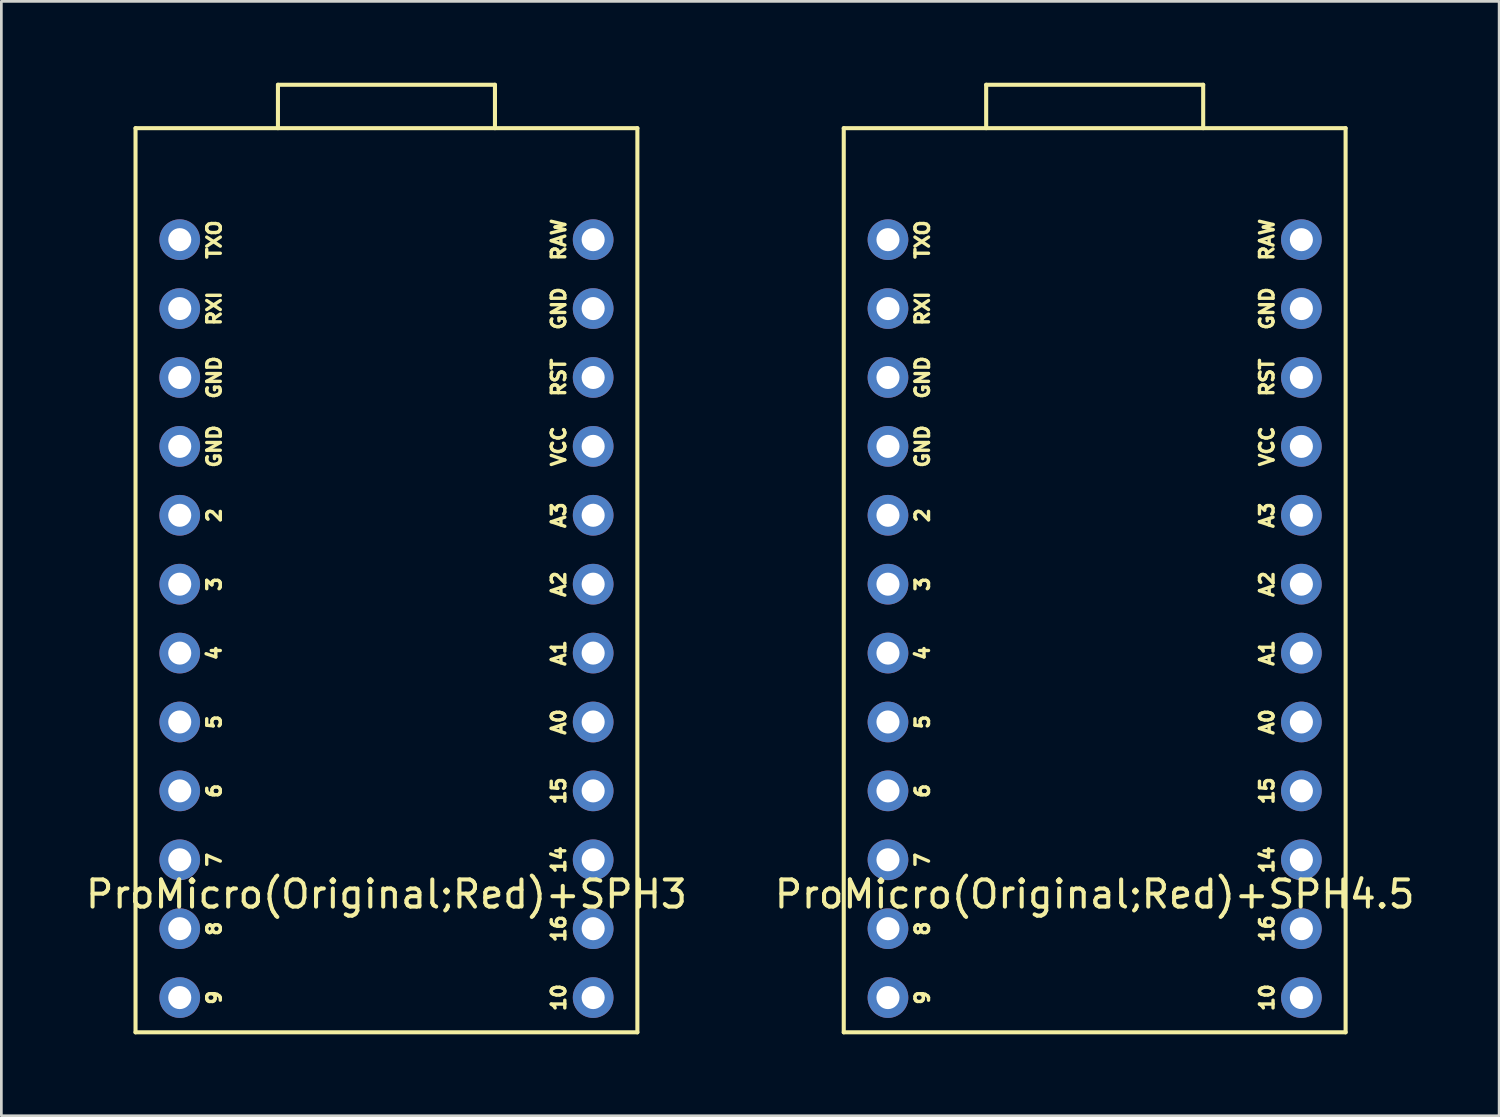
<source format=kicad_pcb>
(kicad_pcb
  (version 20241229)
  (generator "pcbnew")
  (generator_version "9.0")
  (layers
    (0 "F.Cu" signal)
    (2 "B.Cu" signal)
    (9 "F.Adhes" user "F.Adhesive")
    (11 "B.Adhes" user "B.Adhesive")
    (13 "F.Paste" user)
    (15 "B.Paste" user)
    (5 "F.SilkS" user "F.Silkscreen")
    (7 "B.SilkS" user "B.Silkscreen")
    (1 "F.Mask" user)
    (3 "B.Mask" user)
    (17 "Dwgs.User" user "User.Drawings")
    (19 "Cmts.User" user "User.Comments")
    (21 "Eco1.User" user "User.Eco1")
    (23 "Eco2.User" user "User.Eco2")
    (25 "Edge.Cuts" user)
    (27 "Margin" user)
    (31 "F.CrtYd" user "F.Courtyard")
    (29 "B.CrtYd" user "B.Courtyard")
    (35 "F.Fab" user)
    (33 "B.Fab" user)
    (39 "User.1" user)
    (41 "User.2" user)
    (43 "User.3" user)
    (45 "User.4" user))
  (footprint "ProMicro(Original;Red)+SPH4.5"
    (layer "F.Cu")
    (at 29.684 5.785)
    (property "Reference" "ProMicro(Original;Red)+SPH4.5" (at 7.62 24.13 0) (layer "F.SilkS") (effects (font (size 1 1) (thickness 0.15))))
    (attr through_hole)
    (fp_line (start -1.63 -4.11) (end -1.63 29.22) (stroke (width 0.15) (type solid)) (layer "F.SilkS"))
    (fp_line (start -1.63 29.22) (end 16.87 29.22) (stroke (width 0.15) (type solid)) (layer "F.SilkS"))
    (fp_line (start 3.62 -5.71) (end 11.62 -5.71) (stroke (width 0.15) (type solid)) (layer "F.SilkS"))
    (fp_line (start 3.62 -4.11) (end 3.62 -5.71) (stroke (width 0.15) (type solid)) (layer "F.SilkS"))
    (fp_line (start 11.62 -5.71) (end 11.62 -4.11) (stroke (width 0.15) (type solid)) (layer "F.SilkS"))
    (fp_line (start 16.87 -4.11) (end -1.63 -4.11) (stroke (width 0.15) (type solid)) (layer "F.SilkS"))
    (fp_line (start 16.87 29.22) (end 16.87 -4.11) (stroke (width 0.15) (type solid)) (layer "F.SilkS"))
    (fp_text user "A1" (at 13.97 15.24 90) (layer "F.SilkS") (effects (font (size 0.5 0.5) (thickness 0.125))))
    (fp_text user "A3" (at 13.97 10.16 90) (layer "F.SilkS") (effects (font (size 0.5 0.5) (thickness 0.125))))
    (fp_text user "2" (at 1.27 10.16 90) (layer "F.SilkS") (effects (font (size 0.5 0.5) (thickness 0.125))))
    (fp_text user "A0" (at 13.97 17.78 90) (layer "F.SilkS") (effects (font (size 0.5 0.5) (thickness 0.125))))
    (fp_text user "10" (at 13.97 27.94 90) (layer "F.SilkS") (effects (font (size 0.5 0.5) (thickness 0.125))))
    (fp_text user "15" (at 13.97 20.32 90) (layer "F.SilkS") (effects (font (size 0.5 0.5) (thickness 0.125))))
    (fp_text user "A2" (at 13.97 12.7 90) (layer "F.SilkS") (effects (font (size 0.5 0.5) (thickness 0.125))))
    (fp_text user "GND" (at 13.97 2.54 90) (layer "F.SilkS") (effects (font (size 0.5 0.5) (thickness 0.125))))
    (fp_text user "GND" (at 1.27 5.08 90) (layer "F.SilkS") (effects (font (size 0.5 0.5) (thickness 0.125))))
    (fp_text user "8" (at 1.27 25.4 90) (layer "F.SilkS") (effects (font (size 0.5 0.5) (thickness 0.125))))
    (fp_text user "5" (at 1.27 17.78 90) (layer "F.SilkS") (effects (font (size 0.5 0.5) (thickness 0.125))))
    (fp_text user "VCC" (at 13.97 7.62 90) (layer "F.SilkS") (effects (font (size 0.5 0.5) (thickness 0.125))))
    (fp_text user "16" (at 13.97 25.4 90) (layer "F.SilkS") (effects (font (size 0.5 0.5) (thickness 0.125))))
    (fp_text user "GND" (at 1.27 7.62 90) (layer "F.SilkS") (effects (font (size 0.5 0.5) (thickness 0.125))))
    (fp_text user "4" (at 1.27 15.24 90) (layer "F.SilkS") (effects (font (size 0.5 0.5) (thickness 0.125))))
    (fp_text user "TXO" (at 1.27 0 90) (layer "F.SilkS") (effects (font (size 0.5 0.5) (thickness 0.125))))
    (fp_text user "14" (at 13.97 22.86 90) (layer "F.SilkS") (effects (font (size 0.5 0.5) (thickness 0.125))))
    (fp_text user "RXI" (at 1.27 2.54 90) (layer "F.SilkS") (effects (font (size 0.5 0.5) (thickness 0.125))))
    (fp_text user "7" (at 1.27 22.86 90) (layer "F.SilkS") (effects (font (size 0.5 0.5) (thickness 0.125))))
    (fp_text user "RAW" (at 13.97 0 90) (layer "F.SilkS") (effects (font (size 0.5 0.5) (thickness 0.125))))
    (fp_text user "9" (at 1.27 27.94 90) (layer "F.SilkS") (effects (font (size 0.5 0.5) (thickness 0.125))))
    (fp_text user "6" (at 1.27 20.32 90) (layer "F.SilkS") (effects (font (size 0.5 0.5) (thickness 0.125))))
    (fp_text user "3" (at 1.27 12.7 90) (layer "F.SilkS") (effects (font (size 0.5 0.5) (thickness 0.125))))
    (fp_text user "RST" (at 13.97 5.08 90) (layer "F.SilkS") (effects (font (size 0.5 0.5) (thickness 0.125))))
    (pad "2" thru_hole circle (at 0 10.16) (size 1.5 1.5) (drill 0.85) (layers "*.Cu" "*.Mask"))
    (pad "3" thru_hole circle (at 0 12.7) (size 1.5 1.5) (drill 0.85) (layers "*.Cu" "*.Mask"))
    (pad "4" thru_hole circle (at 0 15.24) (size 1.5 1.5) (drill 0.85) (layers "*.Cu" "*.Mask"))
    (pad "5" thru_hole circle (at 0 17.78) (size 1.5 1.5) (drill 0.85) (layers "*.Cu" "*.Mask"))
    (pad "6" thru_hole circle (at 0 20.32) (size 1.5 1.5) (drill 0.85) (layers "*.Cu" "*.Mask"))
    (pad "7" thru_hole circle (at 0 22.86) (size 1.5 1.5) (drill 0.85) (layers "*.Cu" "*.Mask"))
    (pad "8" thru_hole circle (at 0 25.4) (size 1.5 1.5) (drill 0.85) (layers "*.Cu" "*.Mask"))
    (pad "9" thru_hole circle (at 0 27.94) (size 1.5 1.5) (drill 0.85) (layers "*.Cu" "*.Mask"))
    (pad "10" thru_hole circle (at 15.24 27.94) (size 1.5 1.5) (drill 0.85) (layers "*.Cu" "*.Mask"))
    (pad "14" thru_hole circle (at 15.24 22.86) (size 1.5 1.5) (drill 0.85) (layers "*.Cu" "*.Mask"))
    (pad "15" thru_hole circle (at 15.24 20.32) (size 1.5 1.5) (drill 0.85) (layers "*.Cu" "*.Mask"))
    (pad "16" thru_hole circle (at 15.24 25.4) (size 1.5 1.5) (drill 0.85) (layers "*.Cu" "*.Mask"))
    (pad "A0" thru_hole circle (at 15.24 17.78) (size 1.5 1.5) (drill 0.85) (layers "*.Cu" "*.Mask"))
    (pad "A1" thru_hole circle (at 15.24 15.24) (size 1.5 1.5) (drill 0.85) (layers "*.Cu" "*.Mask"))
    (pad "A2" thru_hole circle (at 15.24 12.7) (size 1.5 1.5) (drill 0.85) (layers "*.Cu" "*.Mask"))
    (pad "A3" thru_hole circle (at 15.24 10.16) (size 1.5 1.5) (drill 0.85) (layers "*.Cu" "*.Mask"))
    (pad "GND0" thru_hole circle (at 15.24 2.54) (size 1.5 1.5) (drill 0.85) (layers "*.Cu" "*.Mask"))
    (pad "GND1" thru_hole circle (at 0 5.08) (size 1.5 1.5) (drill 0.85) (layers "*.Cu" "*.Mask"))
    (pad "GND2" thru_hole circle (at 0 7.62) (size 1.5 1.5) (drill 0.85) (layers "*.Cu" "*.Mask"))
    (pad "RAW" thru_hole circle (at 15.24 0) (size 1.5 1.5) (drill 0.85) (layers "*.Cu" "*.Mask"))
    (pad "RST" thru_hole circle (at 15.24 5.08) (size 1.5 1.5) (drill 0.85) (layers "*.Cu" "*.Mask"))
    (pad "RXI" thru_hole circle (at 0 2.54) (size 1.5 1.5) (drill 0.85) (layers "*.Cu" "*.Mask"))
    (pad "TXO" thru_hole circle (at 0 0 90) (size 1.5 1.5) (drill 0.85) (layers "*.Cu" "*.Mask"))
    (pad "VCC" thru_hole circle (at 15.24 7.62) (size 1.5 1.5) (drill 0.85) (layers "*.Cu" "*.Mask")))
  (footprint "ProMicro(Original;Red)+SPH3"
    (layer "F.Cu")
    (at 3.576 5.785)
    (property "Reference" "ProMicro(Original;Red)+SPH3" (at 7.62 24.13 0) (layer "F.SilkS") (effects (font (size 1 1) (thickness 0.15))))
    (attr through_hole)
    (fp_line (start -1.63 -4.11) (end -1.63 29.22) (stroke (width 0.15) (type solid)) (layer "F.SilkS"))
    (fp_line (start -1.63 29.22) (end 16.87 29.22) (stroke (width 0.15) (type solid)) (layer "F.SilkS"))
    (fp_line (start 3.62 -5.71) (end 11.62 -5.71) (stroke (width 0.15) (type solid)) (layer "F.SilkS"))
    (fp_line (start 3.62 -4.11) (end 3.62 -5.71) (stroke (width 0.15) (type solid)) (layer "F.SilkS"))
    (fp_line (start 11.62 -5.71) (end 11.62 -4.11) (stroke (width 0.15) (type solid)) (layer "F.SilkS"))
    (fp_line (start 16.87 -4.11) (end -1.63 -4.11) (stroke (width 0.15) (type solid)) (layer "F.SilkS"))
    (fp_line (start 16.87 29.22) (end 16.87 -4.11) (stroke (width 0.15) (type solid)) (layer "F.SilkS"))
    (fp_text user "6" (at 1.27 20.32 90) (layer "F.SilkS") (effects (font (size 0.5 0.5) (thickness 0.125))))
    (fp_text user "GND" (at 13.97 2.54 90) (layer "F.SilkS") (effects (font (size 0.5 0.5) (thickness 0.125))))
    (fp_text user "GND" (at 1.27 7.62 90) (layer "F.SilkS") (effects (font (size 0.5 0.5) (thickness 0.125))))
    (fp_text user "16" (at 13.97 25.4 90) (layer "F.SilkS") (effects (font (size 0.5 0.5) (thickness 0.125))))
    (fp_text user "10" (at 13.97 27.94 90) (layer "F.SilkS") (effects (font (size 0.5 0.5) (thickness 0.125))))
    (fp_text user "5" (at 1.27 17.78 90) (layer "F.SilkS") (effects (font (size 0.5 0.5) (thickness 0.125))))
    (fp_text user "4" (at 1.27 15.24 90) (layer "F.SilkS") (effects (font (size 0.5 0.5) (thickness 0.125))))
    (fp_text user "RST" (at 13.97 5.08 90) (layer "F.SilkS") (effects (font (size 0.5 0.5) (thickness 0.125))))
    (fp_text user "A2" (at 13.97 12.7 90) (layer "F.SilkS") (effects (font (size 0.5 0.5) (thickness 0.125))))
    (fp_text user "TXO" (at 1.27 0 90) (layer "F.SilkS") (effects (font (size 0.5 0.5) (thickness 0.125))))
    (fp_text user "15" (at 13.97 20.32 90) (layer "F.SilkS") (effects (font (size 0.5 0.5) (thickness 0.125))))
    (fp_text user "9" (at 1.27 27.94 90) (layer "F.SilkS") (effects (font (size 0.5 0.5) (thickness 0.125))))
    (fp_text user "8" (at 1.27 25.4 90) (layer "F.SilkS") (effects (font (size 0.5 0.5) (thickness 0.125))))
    (fp_text user "3" (at 1.27 12.7 90) (layer "F.SilkS") (effects (font (size 0.5 0.5) (thickness 0.125))))
    (fp_text user "14" (at 13.97 22.86 90) (layer "F.SilkS") (effects (font (size 0.5 0.5) (thickness 0.125))))
    (fp_text user "VCC" (at 13.97 7.62 90) (layer "F.SilkS") (effects (font (size 0.5 0.5) (thickness 0.125))))
    (fp_text user "A1" (at 13.97 15.24 90) (layer "F.SilkS") (effects (font (size 0.5 0.5) (thickness 0.125))))
    (fp_text user "RXI" (at 1.27 2.54 90) (layer "F.SilkS") (effects (font (size 0.5 0.5) (thickness 0.125))))
    (fp_text user "GND" (at 1.27 5.08 90) (layer "F.SilkS") (effects (font (size 0.5 0.5) (thickness 0.125))))
    (fp_text user "A0" (at 13.97 17.78 90) (layer "F.SilkS") (effects (font (size 0.5 0.5) (thickness 0.125))))
    (fp_text user "7" (at 1.27 22.86 90) (layer "F.SilkS") (effects (font (size 0.5 0.5) (thickness 0.125))))
    (fp_text user "A3" (at 13.97 10.16 90) (layer "F.SilkS") (effects (font (size 0.5 0.5) (thickness 0.125))))
    (fp_text user "2" (at 1.27 10.16 90) (layer "F.SilkS") (effects (font (size 0.5 0.5) (thickness 0.125))))
    (fp_text user "RAW" (at 13.97 0 90) (layer "F.SilkS") (effects (font (size 0.5 0.5) (thickness 0.125))))
    (pad "2" thru_hole circle (at 0 10.16) (size 1.5 1.5) (drill 0.85) (layers "*.Cu" "*.Mask"))
    (pad "3" thru_hole circle (at 0 12.7) (size 1.5 1.5) (drill 0.85) (layers "*.Cu" "*.Mask"))
    (pad "4" thru_hole circle (at 0 15.24) (size 1.5 1.5) (drill 0.85) (layers "*.Cu" "*.Mask"))
    (pad "5" thru_hole circle (at 0 17.78) (size 1.5 1.5) (drill 0.85) (layers "*.Cu" "*.Mask"))
    (pad "6" thru_hole circle (at 0 20.32) (size 1.5 1.5) (drill 0.85) (layers "*.Cu" "*.Mask"))
    (pad "7" thru_hole circle (at 0 22.86) (size 1.5 1.5) (drill 0.85) (layers "*.Cu" "*.Mask"))
    (pad "8" thru_hole circle (at 0 25.4) (size 1.5 1.5) (drill 0.85) (layers "*.Cu" "*.Mask"))
    (pad "9" thru_hole circle (at 0 27.94) (size 1.5 1.5) (drill 0.85) (layers "*.Cu" "*.Mask"))
    (pad "10" thru_hole circle (at 15.24 27.94) (size 1.5 1.5) (drill 0.85) (layers "*.Cu" "*.Mask"))
    (pad "14" thru_hole circle (at 15.24 22.86) (size 1.5 1.5) (drill 0.85) (layers "*.Cu" "*.Mask"))
    (pad "15" thru_hole circle (at 15.24 20.32) (size 1.5 1.5) (drill 0.85) (layers "*.Cu" "*.Mask"))
    (pad "16" thru_hole circle (at 15.24 25.4) (size 1.5 1.5) (drill 0.85) (layers "*.Cu" "*.Mask"))
    (pad "A0" thru_hole circle (at 15.24 17.78) (size 1.5 1.5) (drill 0.85) (layers "*.Cu" "*.Mask"))
    (pad "A1" thru_hole circle (at 15.24 15.24) (size 1.5 1.5) (drill 0.85) (layers "*.Cu" "*.Mask"))
    (pad "A2" thru_hole circle (at 15.24 12.7) (size 1.5 1.5) (drill 0.85) (layers "*.Cu" "*.Mask"))
    (pad "A3" thru_hole circle (at 15.24 10.16) (size 1.5 1.5) (drill 0.85) (layers "*.Cu" "*.Mask"))
    (pad "GND0" thru_hole circle (at 15.24 2.54) (size 1.5 1.5) (drill 0.85) (layers "*.Cu" "*.Mask"))
    (pad "GND1" thru_hole circle (at 0 5.08) (size 1.5 1.5) (drill 0.85) (layers "*.Cu" "*.Mask"))
    (pad "GND2" thru_hole circle (at 0 7.62) (size 1.5 1.5) (drill 0.85) (layers "*.Cu" "*.Mask"))
    (pad "RAW" thru_hole circle (at 15.24 0) (size 1.5 1.5) (drill 0.85) (layers "*.Cu" "*.Mask"))
    (pad "RST" thru_hole circle (at 15.24 5.08) (size 1.5 1.5) (drill 0.85) (layers "*.Cu" "*.Mask"))
    (pad "RXI" thru_hole circle (at 0 2.54) (size 1.5 1.5) (drill 0.85) (layers "*.Cu" "*.Mask"))
    (pad "TXO" thru_hole circle (at 0 0 90) (size 1.5 1.5) (drill 0.85) (layers "*.Cu" "*.Mask"))
    (pad "VCC" thru_hole circle (at 15.24 7.62) (size 1.5 1.5) (drill 0.85) (layers "*.Cu" "*.Mask")))
  (gr_rect
    (start -3 -3)
    (end 52.214 38.08)
    (stroke (width 0.1) (type default))
    (fill no)
    (layer "Edge.Cuts")))
</source>
